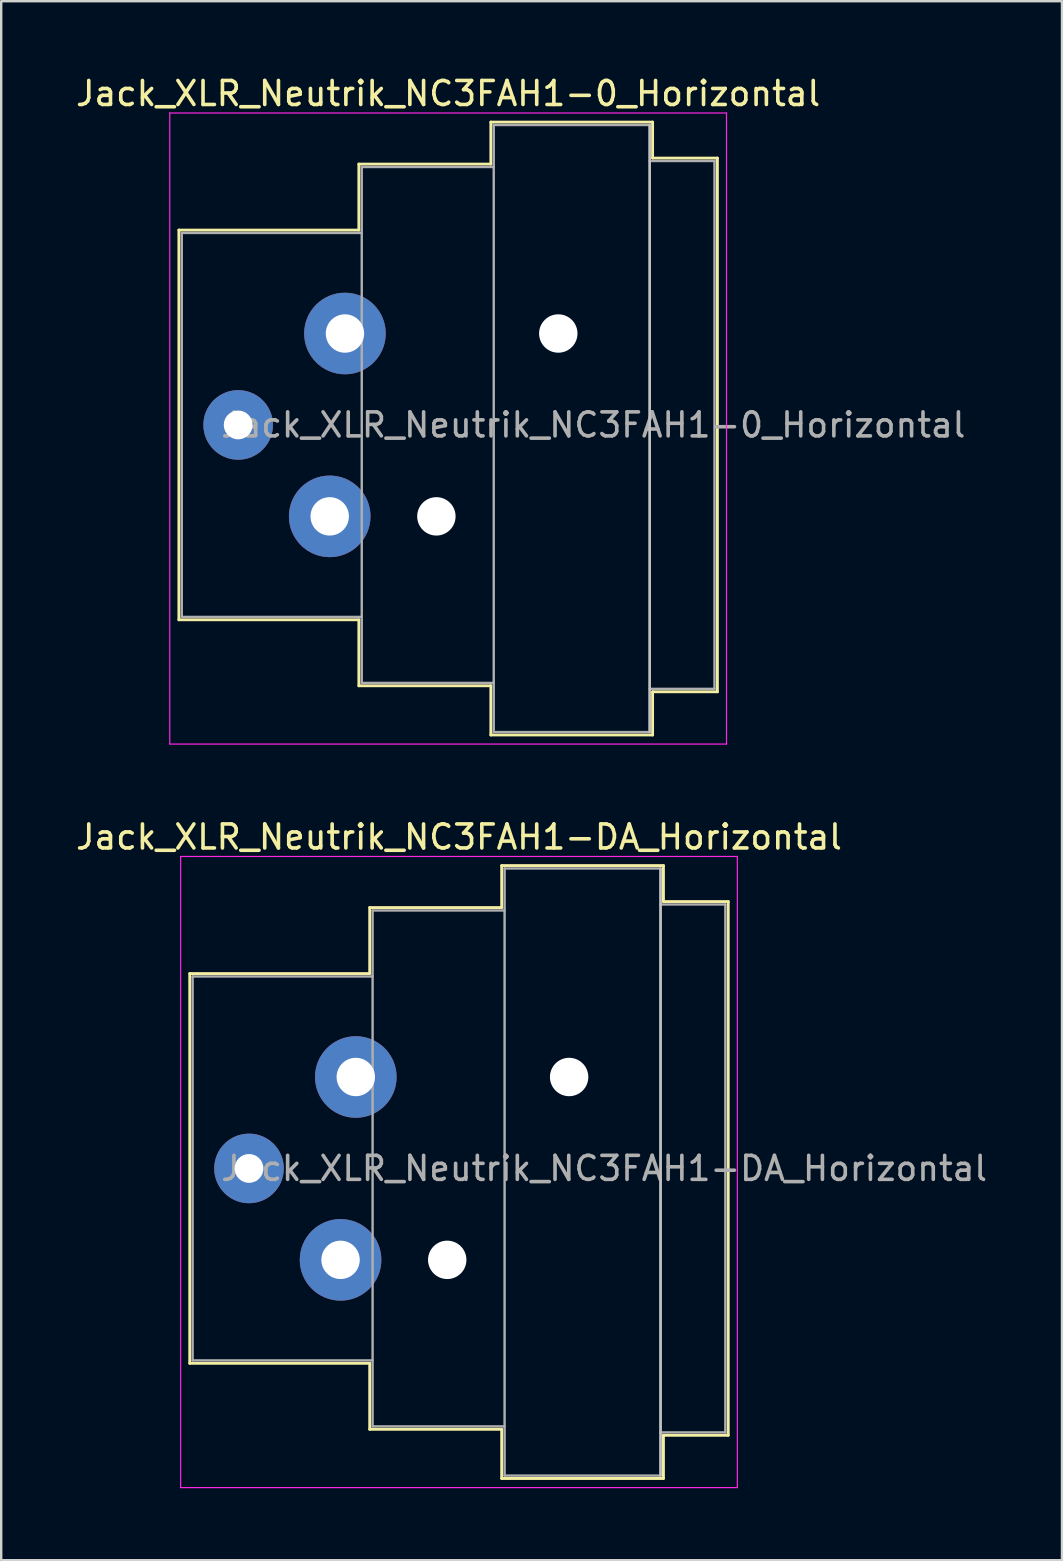
<source format=kicad_pcb>
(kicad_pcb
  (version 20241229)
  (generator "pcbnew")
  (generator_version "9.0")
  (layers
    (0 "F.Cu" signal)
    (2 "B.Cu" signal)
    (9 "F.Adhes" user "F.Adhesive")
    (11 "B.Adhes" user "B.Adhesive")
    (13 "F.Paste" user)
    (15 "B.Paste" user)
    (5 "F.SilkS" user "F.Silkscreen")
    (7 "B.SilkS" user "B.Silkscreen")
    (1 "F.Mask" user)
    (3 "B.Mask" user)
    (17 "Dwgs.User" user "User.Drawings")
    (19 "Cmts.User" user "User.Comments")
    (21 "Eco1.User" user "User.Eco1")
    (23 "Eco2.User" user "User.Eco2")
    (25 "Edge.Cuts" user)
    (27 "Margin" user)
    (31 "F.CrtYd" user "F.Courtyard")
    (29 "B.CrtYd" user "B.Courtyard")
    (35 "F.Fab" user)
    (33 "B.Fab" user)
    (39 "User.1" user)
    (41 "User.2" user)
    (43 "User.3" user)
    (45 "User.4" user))
  (footprint "Jack_XLR_Neutrik_NC3FAH1-DA_Horizontal"
    (layer "F.Cu")
    (at 11.777 41.831)
    (property "Reference" "Jack_XLR_Neutrik_NC3FAH1-DA_Horizontal" (at 4.3 -10 0) (layer "F.SilkS") (effects (font (size 1 1) (thickness 0.15))))
    (attr through_hole)
    (fp_line (start -6.92 -4.31) (end -6.92 11.93) (stroke (width 0.12) (type solid)) (layer "F.SilkS"))
    (fp_line (start 0.58 -7.06) (end 0.58 -4.31) (stroke (width 0.12) (type solid)) (layer "F.SilkS"))
    (fp_line (start 0.58 -4.31) (end -6.92 -4.31) (stroke (width 0.12) (type solid)) (layer "F.SilkS"))
    (fp_line (start 0.58 11.93) (end -6.92 11.93) (stroke (width 0.12) (type solid)) (layer "F.SilkS"))
    (fp_line (start 0.58 11.93) (end 0.58 14.68) (stroke (width 0.12) (type solid)) (layer "F.SilkS"))
    (fp_line (start 6.08 -7.06) (end 0.58 -7.06) (stroke (width 0.12) (type solid)) (layer "F.SilkS"))
    (fp_line (start 6.08 -7.06) (end 6.08 -8.81) (stroke (width 0.12) (type solid)) (layer "F.SilkS"))
    (fp_line (start 6.08 14.68) (end 0.58 14.68) (stroke (width 0.12) (type solid)) (layer "F.SilkS"))
    (fp_line (start 6.08 16.73) (end 6.08 14.68) (stroke (width 0.12) (type solid)) (layer "F.SilkS"))
    (fp_line (start 12.82 -8.81) (end 6.08 -8.81) (stroke (width 0.12) (type solid)) (layer "F.SilkS"))
    (fp_line (start 12.82 -8.81) (end 12.82 -7.31) (stroke (width 0.12) (type solid)) (layer "F.SilkS"))
    (fp_line (start 12.82 -7.31) (end 15.52 -7.31) (stroke (width 0.12) (type solid)) (layer "F.SilkS"))
    (fp_line (start 12.82 14.93) (end 12.82 16.73) (stroke (width 0.12) (type solid)) (layer "F.SilkS"))
    (fp_line (start 12.82 14.93) (end 15.52 14.93) (stroke (width 0.12) (type solid)) (layer "F.SilkS"))
    (fp_line (start 12.82 16.73) (end 6.08 16.73) (stroke (width 0.12) (type solid)) (layer "F.SilkS"))
    (fp_line (start 15.52 -7.31) (end 15.52 14.93) (stroke (width 0.12) (type solid)) (layer "F.SilkS"))
    (fp_line (start 12.7 -8.69) (end 12.7 16.61) (stroke (width 0.1) (type solid)) (layer "Dwgs.User"))
    (fp_line (start -7.3 -9.19) (end -7.3 17.11) (stroke (width 0.05) (type solid)) (layer "F.CrtYd"))
    (fp_line (start 15.9 -9.19) (end -7.3 -9.19) (stroke (width 0.05) (type solid)) (layer "F.CrtYd"))
    (fp_line (start 15.9 -9.19) (end 15.9 17.11) (stroke (width 0.05) (type solid)) (layer "F.CrtYd"))
    (fp_line (start 15.9 17.11) (end -7.3 17.11) (stroke (width 0.05) (type solid)) (layer "F.CrtYd"))
    (fp_line (start -6.8 -4.19) (end -6.8 11.81) (stroke (width 0.1) (type solid)) (layer "F.Fab"))
    (fp_line (start -6.8 11.81) (end 0.7 11.81) (stroke (width 0.1) (type solid)) (layer "F.Fab"))
    (fp_line (start 0.7 -6.94) (end 0.7 14.56) (stroke (width 0.1) (type solid)) (layer "F.Fab"))
    (fp_line (start 0.7 -4.19) (end -6.8 -4.19) (stroke (width 0.1) (type solid)) (layer "F.Fab"))
    (fp_line (start 0.7 14.56) (end 6.2 14.56) (stroke (width 0.1) (type solid)) (layer "F.Fab"))
    (fp_line (start 6.2 -8.69) (end 12.7 -8.69) (stroke (width 0.1) (type solid)) (layer "F.Fab"))
    (fp_line (start 6.2 -6.94) (end 0.7 -6.94) (stroke (width 0.1) (type solid)) (layer "F.Fab"))
    (fp_line (start 6.2 16.61) (end 6.2 -8.69) (stroke (width 0.1) (type solid)) (layer "F.Fab"))
    (fp_line (start 12.7 -8.69) (end 12.7 16.61) (stroke (width 0.1) (type solid)) (layer "F.Fab"))
    (fp_line (start 12.7 -7.19) (end 15.4 -7.19) (stroke (width 0.1) (type solid)) (layer "F.Fab"))
    (fp_line (start 12.7 16.61) (end 6.2 16.61) (stroke (width 0.1) (type solid)) (layer "F.Fab"))
    (fp_line (start 15.4 -7.19) (end 15.4 14.81) (stroke (width 0.1) (type solid)) (layer "F.Fab"))
    (fp_line (start 15.4 14.81) (end 12.7 14.81) (stroke (width 0.1) (type solid)) (layer "F.Fab"))
    (fp_text user "${REFERENCE}" (at 10.35 3.81 0) (layer "F.Fab") (effects (font (size 1 1) (thickness 0.15))))
    (pad "" np_thru_hole circle (at 3.81 7.62) (size 1.6 1.6) (drill 1.6) (layers "*.Cu" "*.Mask"))
    (pad "" np_thru_hole circle (at 8.89 0) (size 1.6 1.6) (drill 1.6) (layers "*.Cu" "*.Mask"))
    (pad "1" thru_hole circle (at 0 0) (size 3.4 3.4) (drill 1.6) (layers "*.Cu" "*.Mask"))
    (pad "2" thru_hole circle (at -0.635 7.62) (size 3.4 3.4) (drill 1.6) (layers "*.Cu" "*.Mask"))
    (pad "3" thru_hole circle (at -4.45 3.81) (size 2.9 2.9) (drill 1.2) (layers "*.Cu" "*.Mask")))
  (footprint "Jack_XLR_Neutrik_NC3FAH1-0_Horizontal"
    (layer "F.Cu")
    (at 11.325 10.848)
    (property "Reference" "Jack_XLR_Neutrik_NC3FAH1-0_Horizontal" (at 4.3 -10 0) (layer "F.SilkS") (effects (font (size 1 1) (thickness 0.15))))
    (attr through_hole)
    (fp_line (start -6.92 -4.31) (end -6.92 11.93) (stroke (width 0.12) (type solid)) (layer "F.SilkS"))
    (fp_line (start 0.58 -7.06) (end 0.58 -4.31) (stroke (width 0.12) (type solid)) (layer "F.SilkS"))
    (fp_line (start 0.58 -4.31) (end -6.92 -4.31) (stroke (width 0.12) (type solid)) (layer "F.SilkS"))
    (fp_line (start 0.58 11.93) (end -6.92 11.93) (stroke (width 0.12) (type solid)) (layer "F.SilkS"))
    (fp_line (start 0.58 11.93) (end 0.58 14.68) (stroke (width 0.12) (type solid)) (layer "F.SilkS"))
    (fp_line (start 6.08 -7.06) (end 0.58 -7.06) (stroke (width 0.12) (type solid)) (layer "F.SilkS"))
    (fp_line (start 6.08 -7.06) (end 6.08 -8.81) (stroke (width 0.12) (type solid)) (layer "F.SilkS"))
    (fp_line (start 6.08 14.68) (end 0.58 14.68) (stroke (width 0.12) (type solid)) (layer "F.SilkS"))
    (fp_line (start 6.08 16.73) (end 6.08 14.68) (stroke (width 0.12) (type solid)) (layer "F.SilkS"))
    (fp_line (start 12.82 -8.81) (end 6.08 -8.81) (stroke (width 0.12) (type solid)) (layer "F.SilkS"))
    (fp_line (start 12.82 -8.81) (end 12.82 -7.31) (stroke (width 0.12) (type solid)) (layer "F.SilkS"))
    (fp_line (start 12.82 -7.31) (end 15.52 -7.31) (stroke (width 0.12) (type solid)) (layer "F.SilkS"))
    (fp_line (start 12.82 14.93) (end 12.82 16.73) (stroke (width 0.12) (type solid)) (layer "F.SilkS"))
    (fp_line (start 12.82 14.93) (end 15.52 14.93) (stroke (width 0.12) (type solid)) (layer "F.SilkS"))
    (fp_line (start 12.82 16.73) (end 6.08 16.73) (stroke (width 0.12) (type solid)) (layer "F.SilkS"))
    (fp_line (start 15.52 -7.31) (end 15.52 14.93) (stroke (width 0.12) (type solid)) (layer "F.SilkS"))
    (fp_line (start 12.7 -8.69) (end 12.7 16.61) (stroke (width 0.1) (type solid)) (layer "Dwgs.User"))
    (fp_line (start -7.3 -9.19) (end -7.3 17.11) (stroke (width 0.05) (type solid)) (layer "F.CrtYd"))
    (fp_line (start 15.9 -9.19) (end -7.3 -9.19) (stroke (width 0.05) (type solid)) (layer "F.CrtYd"))
    (fp_line (start 15.9 -9.19) (end 15.9 17.11) (stroke (width 0.05) (type solid)) (layer "F.CrtYd"))
    (fp_line (start 15.9 17.11) (end -7.3 17.11) (stroke (width 0.05) (type solid)) (layer "F.CrtYd"))
    (fp_line (start -6.8 -4.19) (end -6.8 11.81) (stroke (width 0.1) (type solid)) (layer "F.Fab"))
    (fp_line (start -6.8 11.81) (end 0.7 11.81) (stroke (width 0.1) (type solid)) (layer "F.Fab"))
    (fp_line (start 0.7 -6.94) (end 0.7 14.56) (stroke (width 0.1) (type solid)) (layer "F.Fab"))
    (fp_line (start 0.7 -4.19) (end -6.8 -4.19) (stroke (width 0.1) (type solid)) (layer "F.Fab"))
    (fp_line (start 0.7 14.56) (end 6.2 14.56) (stroke (width 0.1) (type solid)) (layer "F.Fab"))
    (fp_line (start 6.2 -8.69) (end 12.7 -8.69) (stroke (width 0.1) (type solid)) (layer "F.Fab"))
    (fp_line (start 6.2 -6.94) (end 0.7 -6.94) (stroke (width 0.1) (type solid)) (layer "F.Fab"))
    (fp_line (start 6.2 16.61) (end 6.2 -8.69) (stroke (width 0.1) (type solid)) (layer "F.Fab"))
    (fp_line (start 12.7 -8.69) (end 12.7 16.61) (stroke (width 0.1) (type solid)) (layer "F.Fab"))
    (fp_line (start 12.7 -7.19) (end 15.4 -7.19) (stroke (width 0.1) (type solid)) (layer "F.Fab"))
    (fp_line (start 12.7 16.61) (end 6.2 16.61) (stroke (width 0.1) (type solid)) (layer "F.Fab"))
    (fp_line (start 15.4 -7.19) (end 15.4 14.81) (stroke (width 0.1) (type solid)) (layer "F.Fab"))
    (fp_line (start 15.4 14.81) (end 12.7 14.81) (stroke (width 0.1) (type solid)) (layer "F.Fab"))
    (fp_text user "${REFERENCE}" (at 10.35 3.81 0) (layer "F.Fab") (effects (font (size 1 1) (thickness 0.15))))
    (pad "" np_thru_hole circle (at 3.81 7.62) (size 1.6 1.6) (drill 1.6) (layers "*.Cu" "*.Mask"))
    (pad "" np_thru_hole circle (at 8.89 0) (size 1.6 1.6) (drill 1.6) (layers "*.Cu" "*.Mask"))
    (pad "1" thru_hole circle (at 0 0) (size 3.4 3.4) (drill 1.6) (layers "*.Cu" "*.Mask"))
    (pad "2" thru_hole circle (at -0.635 7.62) (size 3.4 3.4) (drill 1.6) (layers "*.Cu" "*.Mask"))
    (pad "3" thru_hole circle (at -4.45 3.81) (size 2.9 2.9) (drill 1.2) (layers "*.Cu" "*.Mask")))
  (gr_rect
    (start -3 -3)
    (end 41.205 61.967)
    (stroke (width 0.1) (type default))
    (fill no)
    (layer "Edge.Cuts")))
</source>
